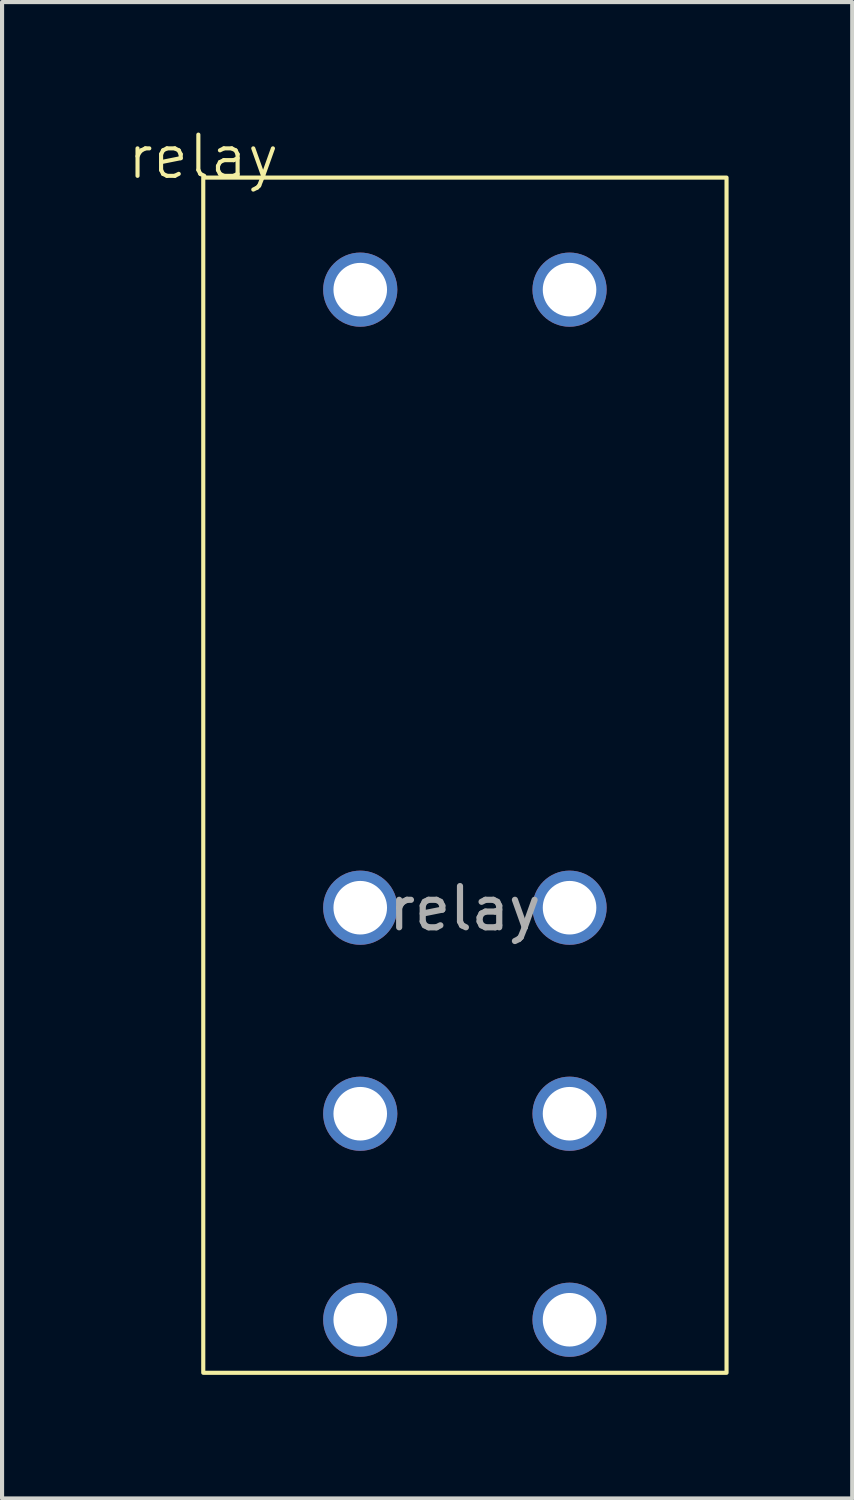
<source format=kicad_pcb>
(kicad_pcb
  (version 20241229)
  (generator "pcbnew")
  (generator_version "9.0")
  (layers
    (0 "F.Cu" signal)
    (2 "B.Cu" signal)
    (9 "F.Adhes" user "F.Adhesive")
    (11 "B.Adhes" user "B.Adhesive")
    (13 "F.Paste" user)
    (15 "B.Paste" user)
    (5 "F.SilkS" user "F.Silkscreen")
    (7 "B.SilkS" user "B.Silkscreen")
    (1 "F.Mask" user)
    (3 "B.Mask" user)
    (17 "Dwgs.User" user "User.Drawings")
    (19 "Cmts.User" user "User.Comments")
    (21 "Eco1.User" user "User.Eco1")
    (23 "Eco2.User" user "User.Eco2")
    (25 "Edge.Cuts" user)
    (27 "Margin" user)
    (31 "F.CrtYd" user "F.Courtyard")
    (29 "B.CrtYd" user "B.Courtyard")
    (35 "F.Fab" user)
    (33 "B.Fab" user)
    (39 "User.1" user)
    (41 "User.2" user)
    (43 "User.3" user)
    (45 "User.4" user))
  (footprint "relay"
    (layer "F.Cu")
    (at 8.233 16.5)
    (property "Reference" "relay" (at -6.35 -15.74 0) (unlocked yes) (layer "F.SilkS") (effects (font (size 1 1) (thickness 0.1))))
    (attr smd)
    (fp_rect (start -6.35 -15.24) (end 6.35 13.767) (stroke (width 0.1) (type default)) (fill no) (layer "F.SilkS"))
    (fp_text user "${REFERENCE}" (at 0 2.5 0) (unlocked yes) (layer "F.Fab") (effects (font (size 1 1) (thickness 0.15))))
    (pad "1" thru_hole circle (at -2.54 -12.52) (size 1.8 1.8) (drill 1.3) (layers "*.Cu" "*.Mask"))
    (pad "2" thru_hole circle (at -2.54 2.48) (size 1.8 1.8) (drill 1.3) (layers "*.Cu" "*.Mask"))
    (pad "3" thru_hole circle (at -2.54 7.48) (size 1.8 1.8) (drill 1.3) (layers "*.Cu" "*.Mask"))
    (pad "4" thru_hole circle (at -2.54 12.48) (size 1.8 1.8) (drill 1.3) (layers "*.Cu" "*.Mask"))
    (pad "5" thru_hole circle (at 2.54 12.48) (size 1.8 1.8) (drill 1.3) (layers "*.Cu" "*.Mask"))
    (pad "6" thru_hole circle (at 2.54 7.48) (size 1.8 1.8) (drill 1.3) (layers "*.Cu" "*.Mask"))
    (pad "7" thru_hole circle (at 2.54 2.48) (size 1.8 1.8) (drill 1.3) (layers "*.Cu" "*.Mask"))
    (pad "8" thru_hole circle (at 2.54 -12.52) (size 1.8 1.8) (drill 1.3) (layers "*.Cu" "*.Mask")))
  (gr_rect
    (start -3 -3)
    (end 17.633 33.318)
    (stroke (width 0.1) (type default))
    (fill no)
    (layer "Edge.Cuts")))
</source>
